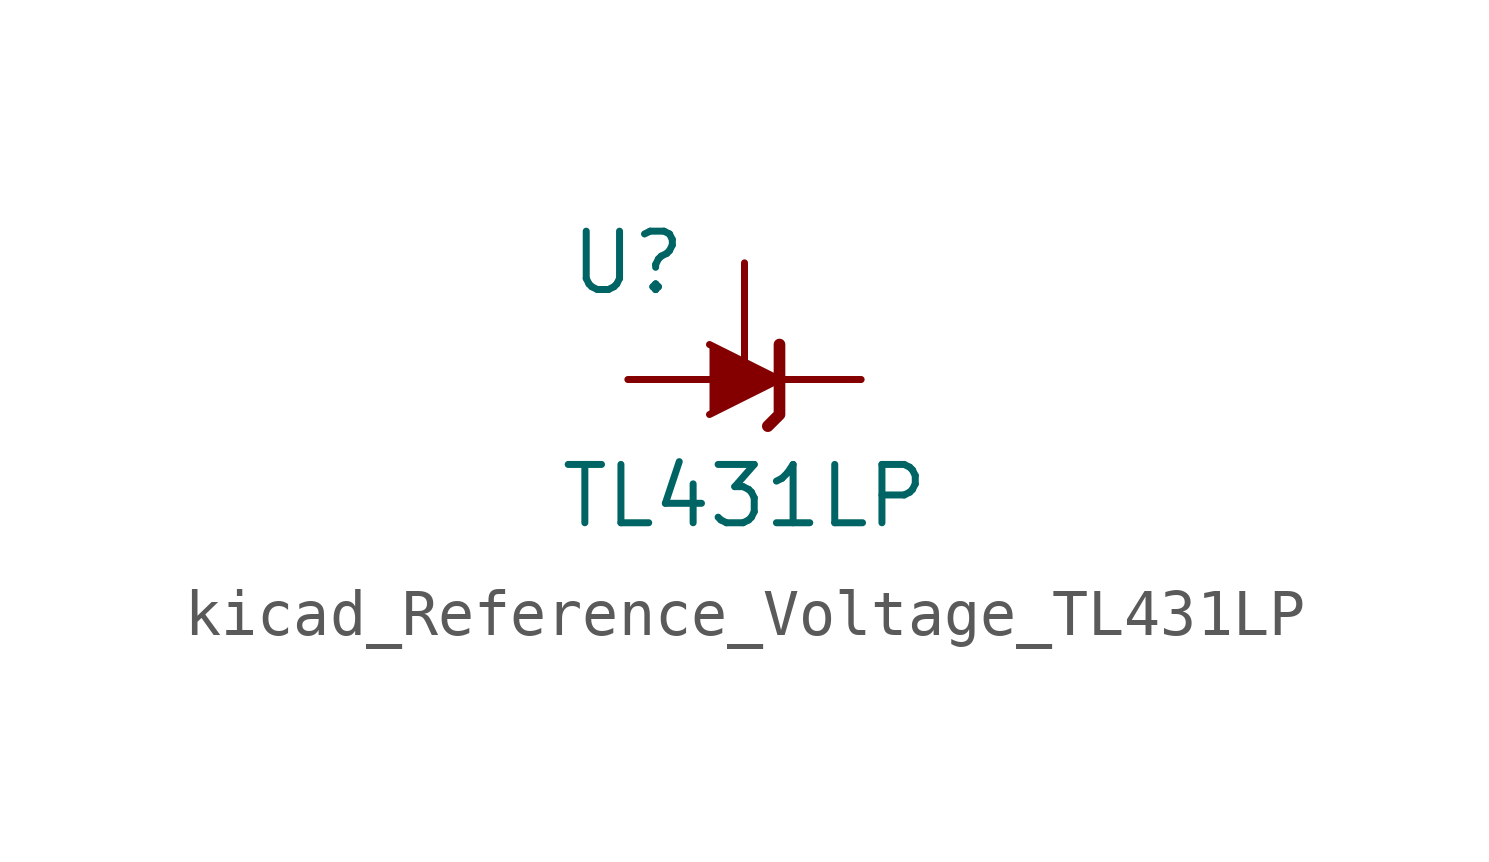
<source format=kicad_sym>
(kicad_symbol_lib
  (version 20220914)
  (generator kicad_symbol_editor)
  (symbol "kicad_Reference_Voltage_TL431LP"
    (pin_numbers hide)
    (pin_names hide)
    (property "Reference" "U"
      (at -2.54 2.54 0)
      (effects (font (size 1.27 1.27))))
    (property "Value" "TL431LP"
      (at 0 -2.54 0)
      (effects (font (size 1.27 1.27))))
    (symbol "kicad_Reference_Voltage_TL431LP_0_1"
      (polyline (pts (xy -1.27 0) (xy 0 0) (xy 1.27 0)) (stroke (width 0) (type default)) (fill (type none)))
      (polyline (pts (xy -0.762 0.762) (xy 0.762 0) (xy -0.762 -0.762)) (stroke (width 0) (type default)) (fill (type outline)))
      (polyline (pts (xy 0.508 -1.016) (xy 0.762 -0.762) (xy 0.762 0.762) (xy 0.762 0.762)) (stroke (width 0.254) (type default)) (fill (type none))))
    (symbol "kicad_Reference_Voltage_TL431LP_1_1"
      (pin passive line (at 0 2.54 270) (length 2.54) (name "REF" (effects (font (size 1.27 1.27)))) (number "1" (effects (font (size 1.27 1.27)))))
      (pin passive line (at -2.54 0 0) (length 2.54) (name "A" (effects (font (size 1.27 1.27)))) (number "2" (effects (font (size 1.27 1.27)))))
      (pin passive line (at 2.54 0 180) (length 2.54) (name "K" (effects (font (size 1.27 1.27)))) (number "3" (effects (font (size 1.27 1.27))))))))
</source>
